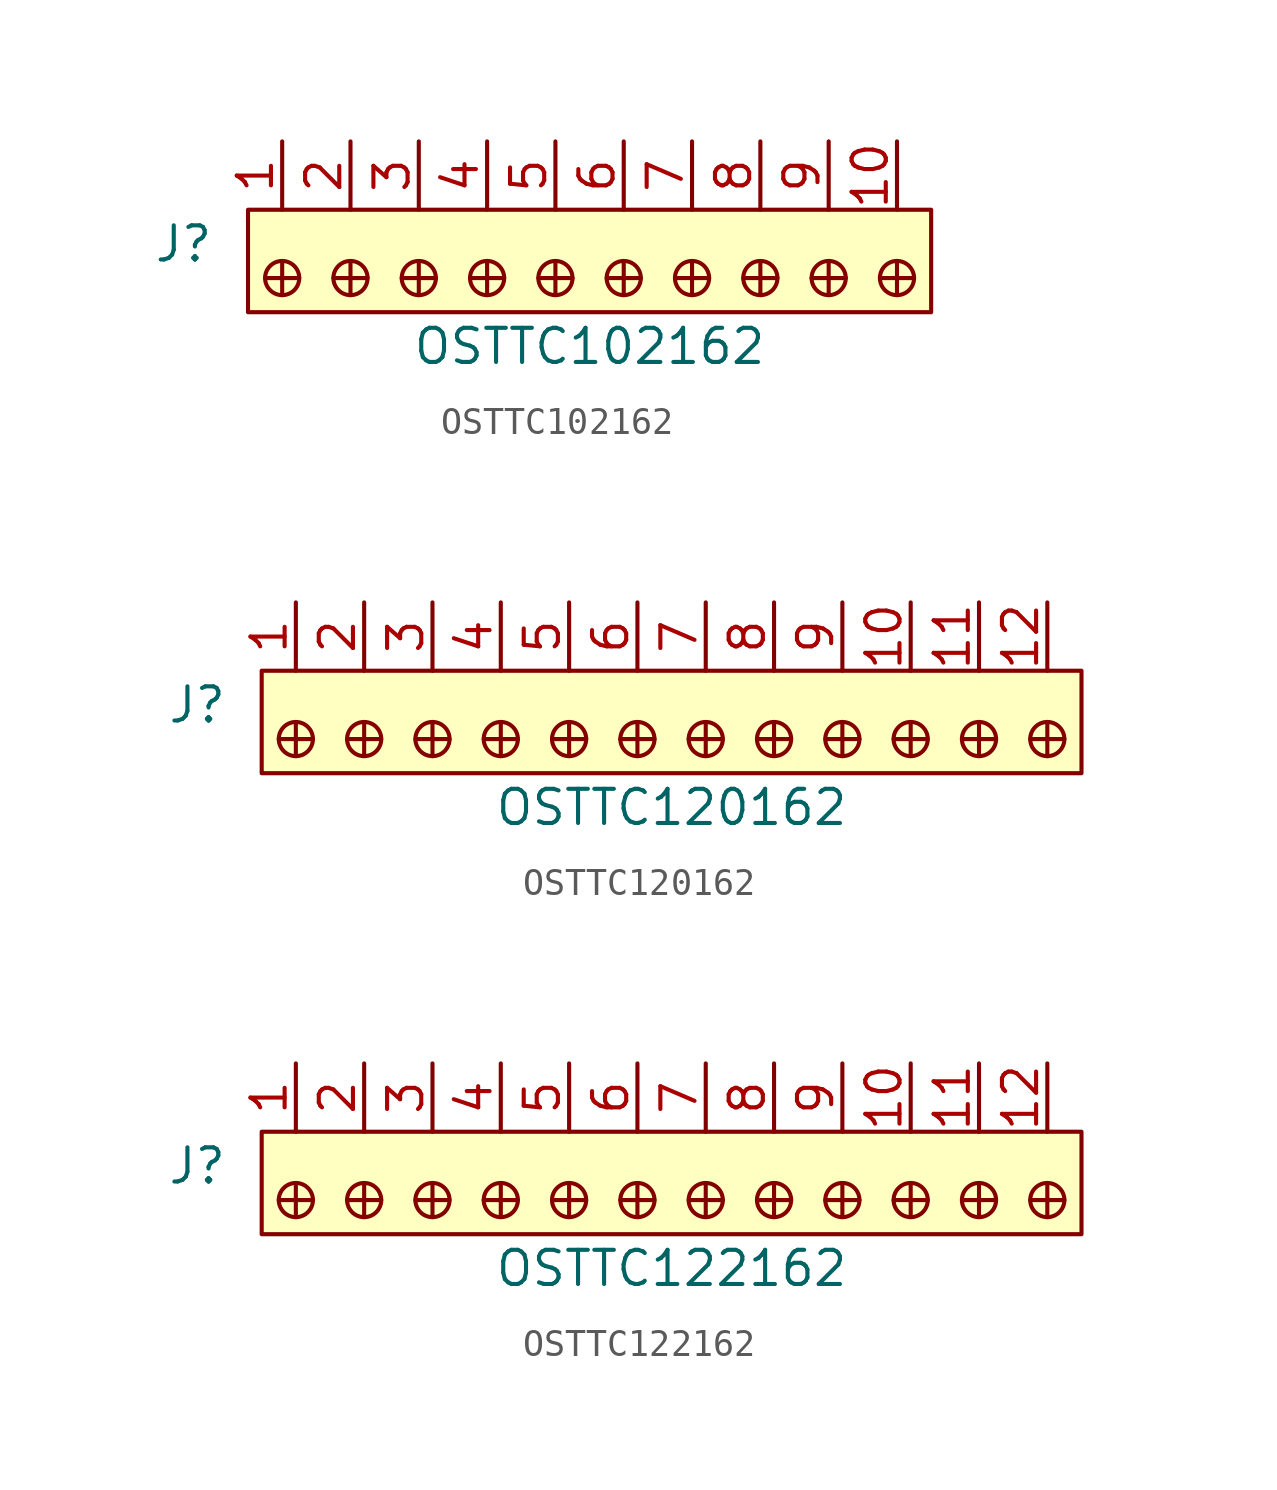
<source format=kicad_sym>
(kicad_symbol_lib
  (version 20201005)
  (generator kicad_symbol_editor)
  (symbol "OSTTC102162"
    (pin_names
      (offset 1.016))
    (property "Reference" "J"
      (at -2.54 -1.27 0)
      (effects (font (size 1.27 1.27)) (justify right)))
    (property "Value" "OSTTC102162"
      (at 11.43 -5.08 0)
      (effects (font (size 1.27 1.27))))
    (symbol "OSTTC102162_1_1"
      (circle (center 0 -2.54) (radius 0.635) (stroke (width 0)) (fill (type none)))
      (circle (center 2.54 -2.54) (radius 0.635) (stroke (width 0)) (fill (type none)))
      (circle (center 5.08 -2.54) (radius 0.635) (stroke (width 0)) (fill (type none)))
      (circle (center 7.62 -2.54) (radius 0.635) (stroke (width 0)) (fill (type none)))
      (circle (center 10.16 -2.54) (radius 0.635) (stroke (width 0)) (fill (type none)))
      (circle (center 12.7 -2.54) (radius 0.635) (stroke (width 0)) (fill (type none)))
      (circle (center 15.24 -2.54) (radius 0.635) (stroke (width 0)) (fill (type none)))
      (circle (center 17.78 -2.54) (radius 0.635) (stroke (width 0)) (fill (type none)))
      (circle (center 20.32 -2.54) (radius 0.635) (stroke (width 0)) (fill (type none)))
      (circle (center 22.86 -2.54) (radius 0.635) (stroke (width 0)) (fill (type none)))
      (rectangle (start -1.27 0) (end 24.13 -3.81) (stroke (width 0)) (fill (type background)))
      (polyline (pts (xy 0 -1.905) (xy 0 -3.175)) (stroke (width 0)) (fill (type none)))
      (polyline (pts (xy 0.635 -2.54) (xy -0.635 -2.54)) (stroke (width 0)) (fill (type none)))
      (polyline (pts (xy 1.905 -2.54) (xy 3.175 -2.54)) (stroke (width 0)) (fill (type none)))
      (polyline (pts (xy 2.54 -1.905) (xy 2.54 -3.175)) (stroke (width 0)) (fill (type none)))
      (polyline (pts (xy 5.08 -1.905) (xy 5.08 -3.175)) (stroke (width 0)) (fill (type none)))
      (polyline (pts (xy 5.715 -2.54) (xy 4.445 -2.54)) (stroke (width 0)) (fill (type none)))
      (polyline (pts (xy 6.985 -2.54) (xy 8.255 -2.54)) (stroke (width 0)) (fill (type none)))
      (polyline (pts (xy 7.62 -1.905) (xy 7.62 -3.175)) (stroke (width 0)) (fill (type none)))
      (polyline (pts (xy 10.16 -1.905) (xy 10.16 -3.175)) (stroke (width 0)) (fill (type none)))
      (polyline (pts (xy 10.795 -2.54) (xy 9.525 -2.54)) (stroke (width 0)) (fill (type none)))
      (polyline (pts (xy 12.065 -2.54) (xy 13.335 -2.54)) (stroke (width 0)) (fill (type none)))
      (polyline (pts (xy 12.7 -1.905) (xy 12.7 -3.175)) (stroke (width 0)) (fill (type none)))
      (polyline (pts (xy 15.24 -1.905) (xy 15.24 -3.175)) (stroke (width 0)) (fill (type none)))
      (polyline (pts (xy 15.875 -2.54) (xy 14.605 -2.54)) (stroke (width 0)) (fill (type none)))
      (polyline (pts (xy 17.145 -2.54) (xy 18.415 -2.54)) (stroke (width 0)) (fill (type none)))
      (polyline (pts (xy 17.78 -1.905) (xy 17.78 -3.175)) (stroke (width 0)) (fill (type none)))
      (polyline (pts (xy 20.32 -1.905) (xy 20.32 -3.175)) (stroke (width 0)) (fill (type none)))
      (polyline (pts (xy 20.955 -2.54) (xy 19.685 -2.54)) (stroke (width 0)) (fill (type none)))
      (polyline (pts (xy 22.225 -2.54) (xy 23.495 -2.54)) (stroke (width 0)) (fill (type none)))
      (polyline (pts (xy 22.86 -1.905) (xy 22.86 -3.175)) (stroke (width 0)) (fill (type none)))
      (pin passive line (at 0 2.54 270) (length 2.54) (name "~" (effects (font (size 1.27 1.27)))) (number "1" (effects (font (size 1.27 1.27)))))
      (pin passive line (at 22.86 2.54 270) (length 2.54) (name "~" (effects (font (size 1.27 1.27)))) (number "10" (effects (font (size 1.27 1.27)))))
      (pin passive line (at 2.54 2.54 270) (length 2.54) (name "~" (effects (font (size 1.27 1.27)))) (number "2" (effects (font (size 1.27 1.27)))))
      (pin passive line (at 5.08 2.54 270) (length 2.54) (name "~" (effects (font (size 1.27 1.27)))) (number "3" (effects (font (size 1.27 1.27)))))
      (pin passive line (at 7.62 2.54 270) (length 2.54) (name "~" (effects (font (size 1.27 1.27)))) (number "4" (effects (font (size 1.27 1.27)))))
      (pin passive line (at 10.16 2.54 270) (length 2.54) (name "~" (effects (font (size 1.27 1.27)))) (number "5" (effects (font (size 1.27 1.27)))))
      (pin passive line (at 12.7 2.54 270) (length 2.54) (name "~" (effects (font (size 1.27 1.27)))) (number "6" (effects (font (size 1.27 1.27)))))
      (pin passive line (at 15.24 2.54 270) (length 2.54) (name "~" (effects (font (size 1.27 1.27)))) (number "7" (effects (font (size 1.27 1.27)))))
      (pin passive line (at 17.78 2.54 270) (length 2.54) (name "~" (effects (font (size 1.27 1.27)))) (number "8" (effects (font (size 1.27 1.27)))))
      (pin passive line (at 20.32 2.54 270) (length 2.54) (name "~" (effects (font (size 1.27 1.27)))) (number "9" (effects (font (size 1.27 1.27)))))))
  (symbol "OSTTC120162"
    (pin_names
      (offset 1.016))
    (property "Reference" "J"
      (at -2.54 -1.27 0)
      (effects (font (size 1.27 1.27)) (justify right)))
    (property "Value" "OSTTC120162"
      (at 13.97 -5.08 0)
      (effects (font (size 1.27 1.27))))
    (symbol "OSTTC120162_1_1"
      (circle (center 0 -2.54) (radius 0.635) (stroke (width 0)) (fill (type none)))
      (circle (center 2.54 -2.54) (radius 0.635) (stroke (width 0)) (fill (type none)))
      (circle (center 5.08 -2.54) (radius 0.635) (stroke (width 0)) (fill (type none)))
      (circle (center 7.62 -2.54) (radius 0.635) (stroke (width 0)) (fill (type none)))
      (circle (center 10.16 -2.54) (radius 0.635) (stroke (width 0)) (fill (type none)))
      (circle (center 12.7 -2.54) (radius 0.635) (stroke (width 0)) (fill (type none)))
      (circle (center 15.24 -2.54) (radius 0.635) (stroke (width 0)) (fill (type none)))
      (circle (center 17.78 -2.54) (radius 0.635) (stroke (width 0)) (fill (type none)))
      (circle (center 20.32 -2.54) (radius 0.635) (stroke (width 0)) (fill (type none)))
      (circle (center 22.86 -2.54) (radius 0.635) (stroke (width 0)) (fill (type none)))
      (circle (center 25.4 -2.54) (radius 0.635) (stroke (width 0)) (fill (type none)))
      (circle (center 27.94 -2.54) (radius 0.635) (stroke (width 0)) (fill (type none)))
      (rectangle (start -1.27 0) (end 29.21 -3.81) (stroke (width 0)) (fill (type background)))
      (polyline (pts (xy 0 -1.905) (xy 0 -3.175)) (stroke (width 0)) (fill (type none)))
      (polyline (pts (xy 0.635 -2.54) (xy -0.635 -2.54)) (stroke (width 0)) (fill (type none)))
      (polyline (pts (xy 1.905 -2.54) (xy 3.175 -2.54)) (stroke (width 0)) (fill (type none)))
      (polyline (pts (xy 2.54 -1.905) (xy 2.54 -3.175)) (stroke (width 0)) (fill (type none)))
      (polyline (pts (xy 5.08 -1.905) (xy 5.08 -3.175)) (stroke (width 0)) (fill (type none)))
      (polyline (pts (xy 5.715 -2.54) (xy 4.445 -2.54)) (stroke (width 0)) (fill (type none)))
      (polyline (pts (xy 6.985 -2.54) (xy 8.255 -2.54)) (stroke (width 0)) (fill (type none)))
      (polyline (pts (xy 7.62 -1.905) (xy 7.62 -3.175)) (stroke (width 0)) (fill (type none)))
      (polyline (pts (xy 10.16 -1.905) (xy 10.16 -3.175)) (stroke (width 0)) (fill (type none)))
      (polyline (pts (xy 10.795 -2.54) (xy 9.525 -2.54)) (stroke (width 0)) (fill (type none)))
      (polyline (pts (xy 12.065 -2.54) (xy 13.335 -2.54)) (stroke (width 0)) (fill (type none)))
      (polyline (pts (xy 12.7 -1.905) (xy 12.7 -3.175)) (stroke (width 0)) (fill (type none)))
      (polyline (pts (xy 15.24 -1.905) (xy 15.24 -3.175)) (stroke (width 0)) (fill (type none)))
      (polyline (pts (xy 15.875 -2.54) (xy 14.605 -2.54)) (stroke (width 0)) (fill (type none)))
      (polyline (pts (xy 17.145 -2.54) (xy 18.415 -2.54)) (stroke (width 0)) (fill (type none)))
      (polyline (pts (xy 17.78 -1.905) (xy 17.78 -3.175)) (stroke (width 0)) (fill (type none)))
      (polyline (pts (xy 20.32 -1.905) (xy 20.32 -3.175)) (stroke (width 0)) (fill (type none)))
      (polyline (pts (xy 20.955 -2.54) (xy 19.685 -2.54)) (stroke (width 0)) (fill (type none)))
      (polyline (pts (xy 22.225 -2.54) (xy 23.495 -2.54)) (stroke (width 0)) (fill (type none)))
      (polyline (pts (xy 22.86 -1.905) (xy 22.86 -3.175)) (stroke (width 0)) (fill (type none)))
      (polyline (pts (xy 25.4 -1.905) (xy 25.4 -3.175)) (stroke (width 0)) (fill (type none)))
      (polyline (pts (xy 26.035 -2.54) (xy 24.765 -2.54)) (stroke (width 0)) (fill (type none)))
      (polyline (pts (xy 27.305 -2.54) (xy 28.575 -2.54)) (stroke (width 0)) (fill (type none)))
      (polyline (pts (xy 27.94 -1.905) (xy 27.94 -3.175)) (stroke (width 0)) (fill (type none)))
      (pin passive line (at 0 2.54 270) (length 2.54) (name "~" (effects (font (size 1.27 1.27)))) (number "1" (effects (font (size 1.27 1.27)))))
      (pin passive line (at 22.86 2.54 270) (length 2.54) (name "~" (effects (font (size 1.27 1.27)))) (number "10" (effects (font (size 1.27 1.27)))))
      (pin passive line (at 25.4 2.54 270) (length 2.54) (name "~" (effects (font (size 1.27 1.27)))) (number "11" (effects (font (size 1.27 1.27)))))
      (pin passive line (at 27.94 2.54 270) (length 2.54) (name "~" (effects (font (size 1.27 1.27)))) (number "12" (effects (font (size 1.27 1.27)))))
      (pin passive line (at 2.54 2.54 270) (length 2.54) (name "~" (effects (font (size 1.27 1.27)))) (number "2" (effects (font (size 1.27 1.27)))))
      (pin passive line (at 5.08 2.54 270) (length 2.54) (name "~" (effects (font (size 1.27 1.27)))) (number "3" (effects (font (size 1.27 1.27)))))
      (pin passive line (at 7.62 2.54 270) (length 2.54) (name "~" (effects (font (size 1.27 1.27)))) (number "4" (effects (font (size 1.27 1.27)))))
      (pin passive line (at 10.16 2.54 270) (length 2.54) (name "~" (effects (font (size 1.27 1.27)))) (number "5" (effects (font (size 1.27 1.27)))))
      (pin passive line (at 12.7 2.54 270) (length 2.54) (name "~" (effects (font (size 1.27 1.27)))) (number "6" (effects (font (size 1.27 1.27)))))
      (pin passive line (at 15.24 2.54 270) (length 2.54) (name "~" (effects (font (size 1.27 1.27)))) (number "7" (effects (font (size 1.27 1.27)))))
      (pin passive line (at 17.78 2.54 270) (length 2.54) (name "~" (effects (font (size 1.27 1.27)))) (number "8" (effects (font (size 1.27 1.27)))))
      (pin passive line (at 20.32 2.54 270) (length 2.54) (name "~" (effects (font (size 1.27 1.27)))) (number "9" (effects (font (size 1.27 1.27)))))))
  (symbol "OSTTC122162"
    (pin_names
      (offset 1.016))
    (property "Reference" "J"
      (at -2.54 -1.27 0)
      (effects (font (size 1.27 1.27)) (justify right)))
    (property "Value" "OSTTC122162"
      (at 13.97 -5.08 0)
      (effects (font (size 1.27 1.27))))
    (symbol "OSTTC122162_1_1"
      (circle (center 0 -2.54) (radius 0.635) (stroke (width 0)) (fill (type none)))
      (circle (center 2.54 -2.54) (radius 0.635) (stroke (width 0)) (fill (type none)))
      (circle (center 5.08 -2.54) (radius 0.635) (stroke (width 0)) (fill (type none)))
      (circle (center 7.62 -2.54) (radius 0.635) (stroke (width 0)) (fill (type none)))
      (circle (center 10.16 -2.54) (radius 0.635) (stroke (width 0)) (fill (type none)))
      (circle (center 12.7 -2.54) (radius 0.635) (stroke (width 0)) (fill (type none)))
      (circle (center 15.24 -2.54) (radius 0.635) (stroke (width 0)) (fill (type none)))
      (circle (center 17.78 -2.54) (radius 0.635) (stroke (width 0)) (fill (type none)))
      (circle (center 20.32 -2.54) (radius 0.635) (stroke (width 0)) (fill (type none)))
      (circle (center 22.86 -2.54) (radius 0.635) (stroke (width 0)) (fill (type none)))
      (circle (center 25.4 -2.54) (radius 0.635) (stroke (width 0)) (fill (type none)))
      (circle (center 27.94 -2.54) (radius 0.635) (stroke (width 0)) (fill (type none)))
      (rectangle (start -1.27 0) (end 29.21 -3.81) (stroke (width 0)) (fill (type background)))
      (polyline (pts (xy 0 -1.905) (xy 0 -3.175)) (stroke (width 0)) (fill (type none)))
      (polyline (pts (xy 0.635 -2.54) (xy -0.635 -2.54)) (stroke (width 0)) (fill (type none)))
      (polyline (pts (xy 1.905 -2.54) (xy 3.175 -2.54)) (stroke (width 0)) (fill (type none)))
      (polyline (pts (xy 2.54 -1.905) (xy 2.54 -3.175)) (stroke (width 0)) (fill (type none)))
      (polyline (pts (xy 5.08 -1.905) (xy 5.08 -3.175)) (stroke (width 0)) (fill (type none)))
      (polyline (pts (xy 5.715 -2.54) (xy 4.445 -2.54)) (stroke (width 0)) (fill (type none)))
      (polyline (pts (xy 6.985 -2.54) (xy 8.255 -2.54)) (stroke (width 0)) (fill (type none)))
      (polyline (pts (xy 7.62 -1.905) (xy 7.62 -3.175)) (stroke (width 0)) (fill (type none)))
      (polyline (pts (xy 10.16 -1.905) (xy 10.16 -3.175)) (stroke (width 0)) (fill (type none)))
      (polyline (pts (xy 10.795 -2.54) (xy 9.525 -2.54)) (stroke (width 0)) (fill (type none)))
      (polyline (pts (xy 12.065 -2.54) (xy 13.335 -2.54)) (stroke (width 0)) (fill (type none)))
      (polyline (pts (xy 12.7 -1.905) (xy 12.7 -3.175)) (stroke (width 0)) (fill (type none)))
      (polyline (pts (xy 15.24 -1.905) (xy 15.24 -3.175)) (stroke (width 0)) (fill (type none)))
      (polyline (pts (xy 15.875 -2.54) (xy 14.605 -2.54)) (stroke (width 0)) (fill (type none)))
      (polyline (pts (xy 17.145 -2.54) (xy 18.415 -2.54)) (stroke (width 0)) (fill (type none)))
      (polyline (pts (xy 17.78 -1.905) (xy 17.78 -3.175)) (stroke (width 0)) (fill (type none)))
      (polyline (pts (xy 20.32 -1.905) (xy 20.32 -3.175)) (stroke (width 0)) (fill (type none)))
      (polyline (pts (xy 20.955 -2.54) (xy 19.685 -2.54)) (stroke (width 0)) (fill (type none)))
      (polyline (pts (xy 22.225 -2.54) (xy 23.495 -2.54)) (stroke (width 0)) (fill (type none)))
      (polyline (pts (xy 22.86 -1.905) (xy 22.86 -3.175)) (stroke (width 0)) (fill (type none)))
      (polyline (pts (xy 25.4 -1.905) (xy 25.4 -3.175)) (stroke (width 0)) (fill (type none)))
      (polyline (pts (xy 26.035 -2.54) (xy 24.765 -2.54)) (stroke (width 0)) (fill (type none)))
      (polyline (pts (xy 27.305 -2.54) (xy 28.575 -2.54)) (stroke (width 0)) (fill (type none)))
      (polyline (pts (xy 27.94 -1.905) (xy 27.94 -3.175)) (stroke (width 0)) (fill (type none)))
      (pin passive line (at 0 2.54 270) (length 2.54) (name "~" (effects (font (size 1.27 1.27)))) (number "1" (effects (font (size 1.27 1.27)))))
      (pin passive line (at 22.86 2.54 270) (length 2.54) (name "~" (effects (font (size 1.27 1.27)))) (number "10" (effects (font (size 1.27 1.27)))))
      (pin passive line (at 25.4 2.54 270) (length 2.54) (name "~" (effects (font (size 1.27 1.27)))) (number "11" (effects (font (size 1.27 1.27)))))
      (pin passive line (at 27.94 2.54 270) (length 2.54) (name "~" (effects (font (size 1.27 1.27)))) (number "12" (effects (font (size 1.27 1.27)))))
      (pin passive line (at 2.54 2.54 270) (length 2.54) (name "~" (effects (font (size 1.27 1.27)))) (number "2" (effects (font (size 1.27 1.27)))))
      (pin passive line (at 5.08 2.54 270) (length 2.54) (name "~" (effects (font (size 1.27 1.27)))) (number "3" (effects (font (size 1.27 1.27)))))
      (pin passive line (at 7.62 2.54 270) (length 2.54) (name "~" (effects (font (size 1.27 1.27)))) (number "4" (effects (font (size 1.27 1.27)))))
      (pin passive line (at 10.16 2.54 270) (length 2.54) (name "~" (effects (font (size 1.27 1.27)))) (number "5" (effects (font (size 1.27 1.27)))))
      (pin passive line (at 12.7 2.54 270) (length 2.54) (name "~" (effects (font (size 1.27 1.27)))) (number "6" (effects (font (size 1.27 1.27)))))
      (pin passive line (at 15.24 2.54 270) (length 2.54) (name "~" (effects (font (size 1.27 1.27)))) (number "7" (effects (font (size 1.27 1.27)))))
      (pin passive line (at 17.78 2.54 270) (length 2.54) (name "~" (effects (font (size 1.27 1.27)))) (number "8" (effects (font (size 1.27 1.27)))))
      (pin passive line (at 20.32 2.54 270) (length 2.54) (name "~" (effects (font (size 1.27 1.27)))) (number "9" (effects (font (size 1.27 1.27))))))))
</source>
